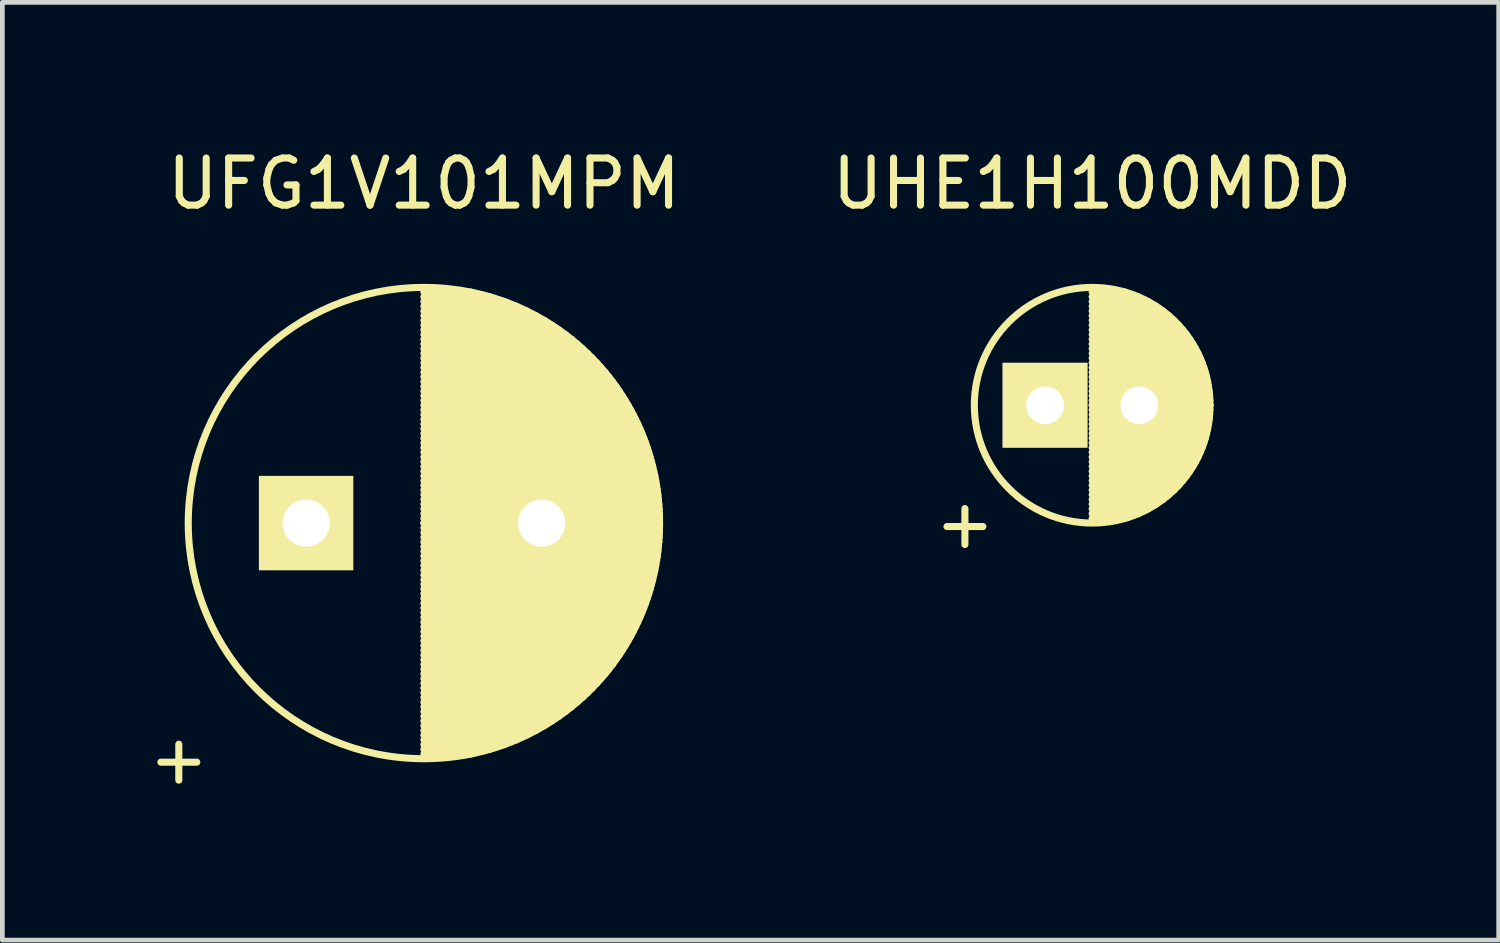
<source format=kicad_pcb>
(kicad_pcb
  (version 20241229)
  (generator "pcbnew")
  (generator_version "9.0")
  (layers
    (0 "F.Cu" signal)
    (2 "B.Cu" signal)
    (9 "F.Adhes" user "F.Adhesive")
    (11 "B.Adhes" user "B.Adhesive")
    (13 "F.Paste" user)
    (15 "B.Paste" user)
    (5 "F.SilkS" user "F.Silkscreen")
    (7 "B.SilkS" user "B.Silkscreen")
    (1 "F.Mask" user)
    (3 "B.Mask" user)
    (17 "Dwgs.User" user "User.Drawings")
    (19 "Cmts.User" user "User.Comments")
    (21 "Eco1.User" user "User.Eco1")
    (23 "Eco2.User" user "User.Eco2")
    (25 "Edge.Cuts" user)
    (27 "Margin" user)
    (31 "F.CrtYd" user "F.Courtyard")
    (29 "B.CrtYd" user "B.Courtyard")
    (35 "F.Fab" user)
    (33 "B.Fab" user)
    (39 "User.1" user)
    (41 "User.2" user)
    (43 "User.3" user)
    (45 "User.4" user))
  (footprint "UHE1H100MDD"
    (layer "F.Cu")
    (at 19.123 5.548)
    (property "Reference" "UHE1H100MDD" (at 1 -4.7 0) (layer "F.SilkS") (effects (font (size 1 1) (thickness 0.15))))
    (attr through_hole)
    (fp_line (start 1 -2.4) (end 1.7 -2.4) (stroke (width 0.15) (type solid)) (layer "F.SilkS"))
    (fp_line (start 1 -2.3) (end 1.98 -2.3) (stroke (width 0.15) (type solid)) (layer "F.SilkS"))
    (fp_line (start 1 -2.2) (end 2.187 -2.2) (stroke (width 0.15) (type solid)) (layer "F.SilkS"))
    (fp_line (start 1 -2.1) (end 2.356 -2.1) (stroke (width 0.15) (type solid)) (layer "F.SilkS"))
    (fp_line (start 1 -2) (end 2.5 -2) (stroke (width 0.15) (type solid)) (layer "F.SilkS"))
    (fp_line (start 1 -1.9) (end 2.625 -1.9) (stroke (width 0.15) (type solid)) (layer "F.SilkS"))
    (fp_line (start 1 -1.8) (end 2.735 -1.8) (stroke (width 0.15) (type solid)) (layer "F.SilkS"))
    (fp_line (start 1 -1.7) (end 2.833 -1.7) (stroke (width 0.15) (type solid)) (layer "F.SilkS"))
    (fp_line (start 1 -1.6) (end 2.921 -1.6) (stroke (width 0.15) (type solid)) (layer "F.SilkS"))
    (fp_line (start 1 -1.5) (end 3 -1.5) (stroke (width 0.15) (type solid)) (layer "F.SilkS"))
    (fp_line (start 1 -1.4) (end 3.071 -1.4) (stroke (width 0.15) (type solid)) (layer "F.SilkS"))
    (fp_line (start 1 -1.3) (end 3.135 -1.3) (stroke (width 0.15) (type solid)) (layer "F.SilkS"))
    (fp_line (start 1 -1.2) (end 3.193 -1.2) (stroke (width 0.15) (type solid)) (layer "F.SilkS"))
    (fp_line (start 1 -1.1) (end 3.245 -1.1) (stroke (width 0.15) (type solid)) (layer "F.SilkS"))
    (fp_line (start 1 -1) (end 3.291 -1) (stroke (width 0.15) (type solid)) (layer "F.SilkS"))
    (fp_line (start 1 -0.9) (end 3.332 -0.9) (stroke (width 0.15) (type solid)) (layer "F.SilkS"))
    (fp_line (start 1 -0.8) (end 3.369 -0.8) (stroke (width 0.15) (type solid)) (layer "F.SilkS"))
    (fp_line (start 1 -0.7) (end 3.4 -0.7) (stroke (width 0.15) (type solid)) (layer "F.SilkS"))
    (fp_line (start 1 -0.6) (end 3.427 -0.6) (stroke (width 0.15) (type solid)) (layer "F.SilkS"))
    (fp_line (start 1 -0.5) (end 3.449 -0.5) (stroke (width 0.15) (type solid)) (layer "F.SilkS"))
    (fp_line (start 1 -0.4) (end 3.468 -0.4) (stroke (width 0.15) (type solid)) (layer "F.SilkS"))
    (fp_line (start 1 -0.3) (end 3.482 -0.3) (stroke (width 0.15) (type solid)) (layer "F.SilkS"))
    (fp_line (start 1 -0.2) (end 3.492 -0.2) (stroke (width 0.15) (type solid)) (layer "F.SilkS"))
    (fp_line (start 1 -0.1) (end 3.498 -0.1) (stroke (width 0.15) (type solid)) (layer "F.SilkS"))
    (fp_line (start 1 0) (end 3.5 0) (stroke (width 0.15) (type solid)) (layer "F.SilkS"))
    (fp_line (start 1 0) (end 3.5 0) (stroke (width 0.15) (type solid)) (layer "F.SilkS"))
    (fp_line (start 1 0.1) (end 3.498 0.1) (stroke (width 0.15) (type solid)) (layer "F.SilkS"))
    (fp_line (start 1 0.2) (end 3.492 0.2) (stroke (width 0.15) (type solid)) (layer "F.SilkS"))
    (fp_line (start 1 0.3) (end 3.482 0.3) (stroke (width 0.15) (type solid)) (layer "F.SilkS"))
    (fp_line (start 1 0.4) (end 3.468 0.4) (stroke (width 0.15) (type solid)) (layer "F.SilkS"))
    (fp_line (start 1 0.5) (end 3.449 0.5) (stroke (width 0.15) (type solid)) (layer "F.SilkS"))
    (fp_line (start 1 0.6) (end 3.427 0.6) (stroke (width 0.15) (type solid)) (layer "F.SilkS"))
    (fp_line (start 1 0.7) (end 3.4 0.7) (stroke (width 0.15) (type solid)) (layer "F.SilkS"))
    (fp_line (start 1 0.8) (end 3.369 0.8) (stroke (width 0.15) (type solid)) (layer "F.SilkS"))
    (fp_line (start 1 0.9) (end 3.332 0.9) (stroke (width 0.15) (type solid)) (layer "F.SilkS"))
    (fp_line (start 1 1) (end 3.291 1) (stroke (width 0.15) (type solid)) (layer "F.SilkS"))
    (fp_line (start 1 1.1) (end 3.245 1.1) (stroke (width 0.15) (type solid)) (layer "F.SilkS"))
    (fp_line (start 1 1.2) (end 3.193 1.2) (stroke (width 0.15) (type solid)) (layer "F.SilkS"))
    (fp_line (start 1 1.3) (end 3.135 1.3) (stroke (width 0.15) (type solid)) (layer "F.SilkS"))
    (fp_line (start 1 1.4) (end 3.071 1.4) (stroke (width 0.15) (type solid)) (layer "F.SilkS"))
    (fp_line (start 1 1.5) (end 3 1.5) (stroke (width 0.15) (type solid)) (layer "F.SilkS"))
    (fp_line (start 1 1.6) (end 2.921 1.6) (stroke (width 0.15) (type solid)) (layer "F.SilkS"))
    (fp_line (start 1 1.7) (end 2.833 1.7) (stroke (width 0.15) (type solid)) (layer "F.SilkS"))
    (fp_line (start 1 1.8) (end 2.735 1.8) (stroke (width 0.15) (type solid)) (layer "F.SilkS"))
    (fp_line (start 1 1.9) (end 2.625 1.9) (stroke (width 0.15) (type solid)) (layer "F.SilkS"))
    (fp_line (start 1 2) (end 2.5 2) (stroke (width 0.15) (type solid)) (layer "F.SilkS"))
    (fp_line (start 1 2.1) (end 2.356 2.1) (stroke (width 0.15) (type solid)) (layer "F.SilkS"))
    (fp_line (start 1 2.2) (end 2.187 2.2) (stroke (width 0.15) (type solid)) (layer "F.SilkS"))
    (fp_line (start 1 2.3) (end 1.98 2.3) (stroke (width 0.15) (type solid)) (layer "F.SilkS"))
    (fp_line (start 1 2.4) (end 1.7 2.4) (stroke (width 0.15) (type solid)) (layer "F.SilkS"))
    (fp_circle (center 1 0) (end 1 -2.5) (stroke (width 0.15) (type solid)) (fill no) (layer "F.SilkS"))
    (fp_text user "+" (at -1.7 2.5 0) (layer "F.SilkS") (effects (font (size 1 1) (thickness 0.15))))
    (pad "1" thru_hole rect (at 0 0) (size 1.8 1.8) (drill 0.8) (layers "*.Cu" "*.Mask" "F.SilkS"))
    (pad "2" thru_hole circle (at 2 0) (size 1.8 1.8) (drill 0.8) (layers "*.Cu" "*.Mask" "F.SilkS")))
  (footprint "UFG1V101MPM"
    (layer "F.Cu")
    (at 3.444 8.048)
    (property "Reference" "UFG1V101MPM" (at 2.5 -7.2 0) (layer "F.SilkS") (effects (font (size 1 1) (thickness 0.15))))
    (attr through_hole)
    (fp_line (start 2.5 -4.9) (end 3.495 -4.9) (stroke (width 0.15) (type solid)) (layer "F.SilkS"))
    (fp_line (start 2.5 -4.8) (end 3.9 -4.8) (stroke (width 0.15) (type solid)) (layer "F.SilkS"))
    (fp_line (start 2.5 -4.7) (end 4.206 -4.7) (stroke (width 0.15) (type solid)) (layer "F.SilkS"))
    (fp_line (start 2.5 -4.6) (end 4.46 -4.6) (stroke (width 0.15) (type solid)) (layer "F.SilkS"))
    (fp_line (start 2.5 -4.5) (end 4.679 -4.5) (stroke (width 0.15) (type solid)) (layer "F.SilkS"))
    (fp_line (start 2.5 -4.4) (end 4.875 -4.4) (stroke (width 0.15) (type solid)) (layer "F.SilkS"))
    (fp_line (start 2.5 -4.3) (end 5.051 -4.3) (stroke (width 0.15) (type solid)) (layer "F.SilkS"))
    (fp_line (start 2.5 -4.2) (end 5.213 -4.2) (stroke (width 0.15) (type solid)) (layer "F.SilkS"))
    (fp_line (start 2.5 -4.1) (end 5.362 -4.1) (stroke (width 0.15) (type solid)) (layer "F.SilkS"))
    (fp_line (start 2.5 -4) (end 5.5 -4) (stroke (width 0.15) (type solid)) (layer "F.SilkS"))
    (fp_line (start 2.5 -3.9) (end 5.629 -3.9) (stroke (width 0.15) (type solid)) (layer "F.SilkS"))
    (fp_line (start 2.5 -3.8) (end 5.75 -3.8) (stroke (width 0.15) (type solid)) (layer "F.SilkS"))
    (fp_line (start 2.5 -3.7) (end 5.863 -3.7) (stroke (width 0.15) (type solid)) (layer "F.SilkS"))
    (fp_line (start 2.5 -3.6) (end 5.97 -3.6) (stroke (width 0.15) (type solid)) (layer "F.SilkS"))
    (fp_line (start 2.5 -3.5) (end 6.071 -3.5) (stroke (width 0.15) (type solid)) (layer "F.SilkS"))
    (fp_line (start 2.5 -3.4) (end 6.166 -3.4) (stroke (width 0.15) (type solid)) (layer "F.SilkS"))
    (fp_line (start 2.5 -3.3) (end 6.256 -3.3) (stroke (width 0.15) (type solid)) (layer "F.SilkS"))
    (fp_line (start 2.5 -3.2) (end 6.342 -3.2) (stroke (width 0.15) (type solid)) (layer "F.SilkS"))
    (fp_line (start 2.5 -3.1) (end 6.423 -3.1) (stroke (width 0.15) (type solid)) (layer "F.SilkS"))
    (fp_line (start 2.5 -3) (end 6.5 -3) (stroke (width 0.15) (type solid)) (layer "F.SilkS"))
    (fp_line (start 2.5 -2.9) (end 6.573 -2.9) (stroke (width 0.15) (type solid)) (layer "F.SilkS"))
    (fp_line (start 2.5 -2.8) (end 6.642 -2.8) (stroke (width 0.15) (type solid)) (layer "F.SilkS"))
    (fp_line (start 2.5 -2.7) (end 6.708 -2.7) (stroke (width 0.15) (type solid)) (layer "F.SilkS"))
    (fp_line (start 2.5 -2.6) (end 6.771 -2.6) (stroke (width 0.15) (type solid)) (layer "F.SilkS"))
    (fp_line (start 2.5 -2.5) (end 6.83 -2.5) (stroke (width 0.15) (type solid)) (layer "F.SilkS"))
    (fp_line (start 2.5 -2.4) (end 6.886 -2.4) (stroke (width 0.15) (type solid)) (layer "F.SilkS"))
    (fp_line (start 2.5 -2.3) (end 6.94 -2.3) (stroke (width 0.15) (type solid)) (layer "F.SilkS"))
    (fp_line (start 2.5 -2.2) (end 6.99 -2.2) (stroke (width 0.15) (type solid)) (layer "F.SilkS"))
    (fp_line (start 2.5 -2.1) (end 7.038 -2.1) (stroke (width 0.15) (type solid)) (layer "F.SilkS"))
    (fp_line (start 2.5 -2) (end 7.083 -2) (stroke (width 0.15) (type solid)) (layer "F.SilkS"))
    (fp_line (start 2.5 -1.9) (end 7.125 -1.9) (stroke (width 0.15) (type solid)) (layer "F.SilkS"))
    (fp_line (start 2.5 -1.8) (end 7.165 -1.8) (stroke (width 0.15) (type solid)) (layer "F.SilkS"))
    (fp_line (start 2.5 -1.7) (end 7.202 -1.7) (stroke (width 0.15) (type solid)) (layer "F.SilkS"))
    (fp_line (start 2.5 -1.6) (end 7.237 -1.6) (stroke (width 0.15) (type solid)) (layer "F.SilkS"))
    (fp_line (start 2.5 -1.5) (end 7.27 -1.5) (stroke (width 0.15) (type solid)) (layer "F.SilkS"))
    (fp_line (start 2.5 -1.4) (end 7.3 -1.4) (stroke (width 0.15) (type solid)) (layer "F.SilkS"))
    (fp_line (start 2.5 -1.3) (end 7.328 -1.3) (stroke (width 0.15) (type solid)) (layer "F.SilkS"))
    (fp_line (start 2.5 -1.2) (end 7.354 -1.2) (stroke (width 0.15) (type solid)) (layer "F.SilkS"))
    (fp_line (start 2.5 -1.1) (end 7.377 -1.1) (stroke (width 0.15) (type solid)) (layer "F.SilkS"))
    (fp_line (start 2.5 -1) (end 7.399 -1) (stroke (width 0.15) (type solid)) (layer "F.SilkS"))
    (fp_line (start 2.5 -0.9) (end 7.418 -0.9) (stroke (width 0.15) (type solid)) (layer "F.SilkS"))
    (fp_line (start 2.5 -0.8) (end 7.436 -0.8) (stroke (width 0.15) (type solid)) (layer "F.SilkS"))
    (fp_line (start 2.5 -0.7) (end 7.451 -0.7) (stroke (width 0.15) (type solid)) (layer "F.SilkS"))
    (fp_line (start 2.5 -0.6) (end 7.464 -0.6) (stroke (width 0.15) (type solid)) (layer "F.SilkS"))
    (fp_line (start 2.5 -0.5) (end 7.475 -0.5) (stroke (width 0.15) (type solid)) (layer "F.SilkS"))
    (fp_line (start 2.5 -0.4) (end 7.484 -0.4) (stroke (width 0.15) (type solid)) (layer "F.SilkS"))
    (fp_line (start 2.5 -0.3) (end 7.491 -0.3) (stroke (width 0.15) (type solid)) (layer "F.SilkS"))
    (fp_line (start 2.5 -0.2) (end 7.496 -0.2) (stroke (width 0.15) (type solid)) (layer "F.SilkS"))
    (fp_line (start 2.5 -0.1) (end 7.499 -0.1) (stroke (width 0.15) (type solid)) (layer "F.SilkS"))
    (fp_line (start 2.5 0) (end 7.5 0) (stroke (width 0.15) (type solid)) (layer "F.SilkS"))
    (fp_line (start 2.5 0) (end 7.5 0) (stroke (width 0.15) (type solid)) (layer "F.SilkS"))
    (fp_line (start 2.5 0.1) (end 7.499 0.1) (stroke (width 0.15) (type solid)) (layer "F.SilkS"))
    (fp_line (start 2.5 0.2) (end 7.496 0.2) (stroke (width 0.15) (type solid)) (layer "F.SilkS"))
    (fp_line (start 2.5 0.3) (end 7.491 0.3) (stroke (width 0.15) (type solid)) (layer "F.SilkS"))
    (fp_line (start 2.5 0.4) (end 7.484 0.4) (stroke (width 0.15) (type solid)) (layer "F.SilkS"))
    (fp_line (start 2.5 0.5) (end 7.475 0.5) (stroke (width 0.15) (type solid)) (layer "F.SilkS"))
    (fp_line (start 2.5 0.6) (end 7.464 0.6) (stroke (width 0.15) (type solid)) (layer "F.SilkS"))
    (fp_line (start 2.5 0.7) (end 7.451 0.7) (stroke (width 0.15) (type solid)) (layer "F.SilkS"))
    (fp_line (start 2.5 0.8) (end 7.436 0.8) (stroke (width 0.15) (type solid)) (layer "F.SilkS"))
    (fp_line (start 2.5 0.9) (end 7.418 0.9) (stroke (width 0.15) (type solid)) (layer "F.SilkS"))
    (fp_line (start 2.5 1) (end 7.399 1) (stroke (width 0.15) (type solid)) (layer "F.SilkS"))
    (fp_line (start 2.5 1.1) (end 7.377 1.1) (stroke (width 0.15) (type solid)) (layer "F.SilkS"))
    (fp_line (start 2.5 1.2) (end 7.354 1.2) (stroke (width 0.15) (type solid)) (layer "F.SilkS"))
    (fp_line (start 2.5 1.3) (end 7.328 1.3) (stroke (width 0.15) (type solid)) (layer "F.SilkS"))
    (fp_line (start 2.5 1.4) (end 7.3 1.4) (stroke (width 0.15) (type solid)) (layer "F.SilkS"))
    (fp_line (start 2.5 1.5) (end 7.27 1.5) (stroke (width 0.15) (type solid)) (layer "F.SilkS"))
    (fp_line (start 2.5 1.6) (end 7.237 1.6) (stroke (width 0.15) (type solid)) (layer "F.SilkS"))
    (fp_line (start 2.5 1.7) (end 7.202 1.7) (stroke (width 0.15) (type solid)) (layer "F.SilkS"))
    (fp_line (start 2.5 1.8) (end 7.165 1.8) (stroke (width 0.15) (type solid)) (layer "F.SilkS"))
    (fp_line (start 2.5 1.9) (end 7.125 1.9) (stroke (width 0.15) (type solid)) (layer "F.SilkS"))
    (fp_line (start 2.5 2) (end 7.083 2) (stroke (width 0.15) (type solid)) (layer "F.SilkS"))
    (fp_line (start 2.5 2.1) (end 7.038 2.1) (stroke (width 0.15) (type solid)) (layer "F.SilkS"))
    (fp_line (start 2.5 2.2) (end 6.99 2.2) (stroke (width 0.15) (type solid)) (layer "F.SilkS"))
    (fp_line (start 2.5 2.3) (end 6.94 2.3) (stroke (width 0.15) (type solid)) (layer "F.SilkS"))
    (fp_line (start 2.5 2.4) (end 6.886 2.4) (stroke (width 0.15) (type solid)) (layer "F.SilkS"))
    (fp_line (start 2.5 2.5) (end 6.83 2.5) (stroke (width 0.15) (type solid)) (layer "F.SilkS"))
    (fp_line (start 2.5 2.6) (end 6.771 2.6) (stroke (width 0.15) (type solid)) (layer "F.SilkS"))
    (fp_line (start 2.5 2.7) (end 6.708 2.7) (stroke (width 0.15) (type solid)) (layer "F.SilkS"))
    (fp_line (start 2.5 2.8) (end 6.642 2.8) (stroke (width 0.15) (type solid)) (layer "F.SilkS"))
    (fp_line (start 2.5 2.9) (end 6.573 2.9) (stroke (width 0.15) (type solid)) (layer "F.SilkS"))
    (fp_line (start 2.5 3) (end 6.5 3) (stroke (width 0.15) (type solid)) (layer "F.SilkS"))
    (fp_line (start 2.5 3.1) (end 6.423 3.1) (stroke (width 0.15) (type solid)) (layer "F.SilkS"))
    (fp_line (start 2.5 3.2) (end 6.342 3.2) (stroke (width 0.15) (type solid)) (layer "F.SilkS"))
    (fp_line (start 2.5 3.3) (end 6.256 3.3) (stroke (width 0.15) (type solid)) (layer "F.SilkS"))
    (fp_line (start 2.5 3.4) (end 6.166 3.4) (stroke (width 0.15) (type solid)) (layer "F.SilkS"))
    (fp_line (start 2.5 3.5) (end 6.071 3.5) (stroke (width 0.15) (type solid)) (layer "F.SilkS"))
    (fp_line (start 2.5 3.6) (end 5.97 3.6) (stroke (width 0.15) (type solid)) (layer "F.SilkS"))
    (fp_line (start 2.5 3.7) (end 5.863 3.7) (stroke (width 0.15) (type solid)) (layer "F.SilkS"))
    (fp_line (start 2.5 3.8) (end 5.75 3.8) (stroke (width 0.15) (type solid)) (layer "F.SilkS"))
    (fp_line (start 2.5 3.9) (end 5.629 3.9) (stroke (width 0.15) (type solid)) (layer "F.SilkS"))
    (fp_line (start 2.5 4) (end 5.5 4) (stroke (width 0.15) (type solid)) (layer "F.SilkS"))
    (fp_line (start 2.5 4.1) (end 5.362 4.1) (stroke (width 0.15) (type solid)) (layer "F.SilkS"))
    (fp_line (start 2.5 4.2) (end 5.213 4.2) (stroke (width 0.15) (type solid)) (layer "F.SilkS"))
    (fp_line (start 2.5 4.3) (end 5.051 4.3) (stroke (width 0.15) (type solid)) (layer "F.SilkS"))
    (fp_line (start 2.5 4.4) (end 4.875 4.4) (stroke (width 0.15) (type solid)) (layer "F.SilkS"))
    (fp_line (start 2.5 4.5) (end 4.679 4.5) (stroke (width 0.15) (type solid)) (layer "F.SilkS"))
    (fp_line (start 2.5 4.6) (end 4.46 4.6) (stroke (width 0.15) (type solid)) (layer "F.SilkS"))
    (fp_line (start 2.5 4.7) (end 4.206 4.7) (stroke (width 0.15) (type solid)) (layer "F.SilkS"))
    (fp_line (start 2.5 4.8) (end 3.9 4.8) (stroke (width 0.15) (type solid)) (layer "F.SilkS"))
    (fp_line (start 2.5 4.9) (end 3.495 4.9) (stroke (width 0.15) (type solid)) (layer "F.SilkS"))
    (fp_circle (center 2.5 0) (end 2.5 -5) (stroke (width 0.15) (type solid)) (fill no) (layer "F.SilkS"))
    (fp_text user "+" (at -2.7 5 0) (layer "F.SilkS") (effects (font (size 1 1) (thickness 0.15))))
    (pad "1" thru_hole rect (at 0 0) (size 2 2) (drill 1) (layers "*.Cu" "*.Mask" "F.SilkS"))
    (pad "2" thru_hole circle (at 5 0) (size 2 2) (drill 1) (layers "*.Cu" "*.Mask" "F.SilkS")))
  (gr_rect
    (start -3 -3)
    (end 28.748 16.896)
    (stroke (width 0.1) (type default))
    (fill no)
    (layer "Edge.Cuts")))
</source>
